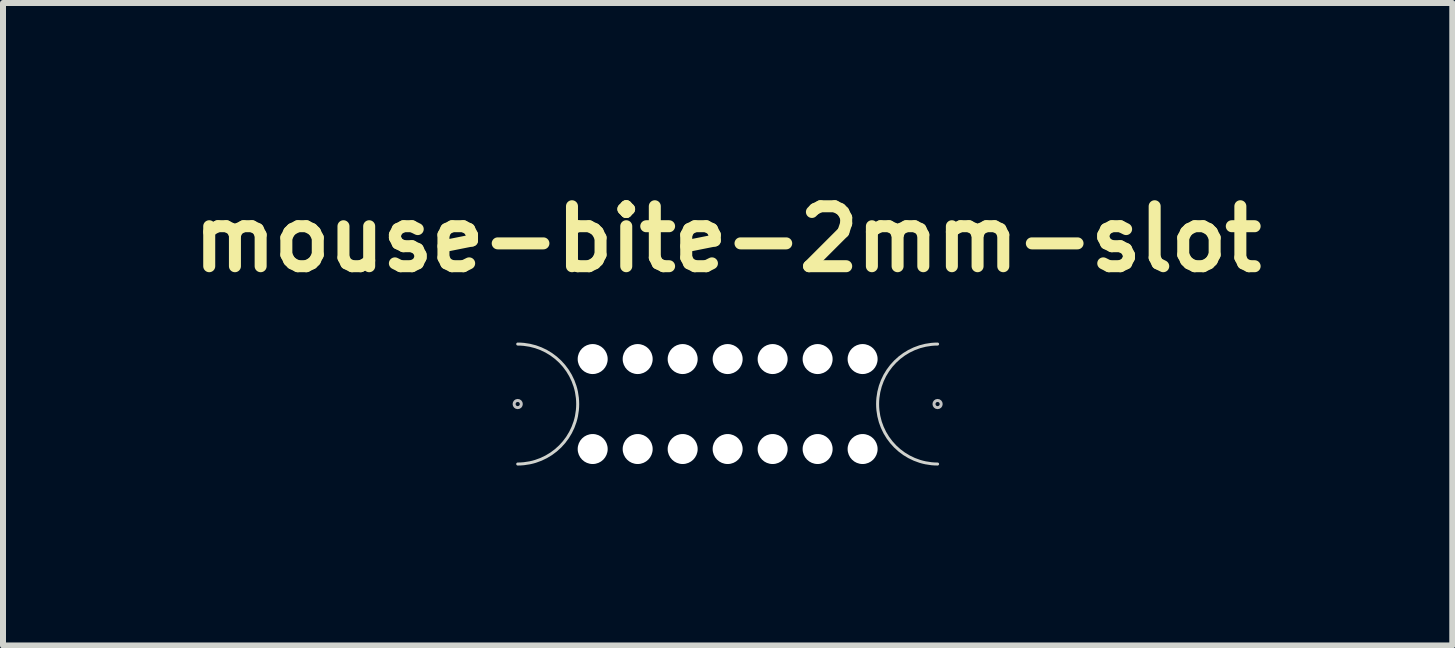
<source format=kicad_pcb>
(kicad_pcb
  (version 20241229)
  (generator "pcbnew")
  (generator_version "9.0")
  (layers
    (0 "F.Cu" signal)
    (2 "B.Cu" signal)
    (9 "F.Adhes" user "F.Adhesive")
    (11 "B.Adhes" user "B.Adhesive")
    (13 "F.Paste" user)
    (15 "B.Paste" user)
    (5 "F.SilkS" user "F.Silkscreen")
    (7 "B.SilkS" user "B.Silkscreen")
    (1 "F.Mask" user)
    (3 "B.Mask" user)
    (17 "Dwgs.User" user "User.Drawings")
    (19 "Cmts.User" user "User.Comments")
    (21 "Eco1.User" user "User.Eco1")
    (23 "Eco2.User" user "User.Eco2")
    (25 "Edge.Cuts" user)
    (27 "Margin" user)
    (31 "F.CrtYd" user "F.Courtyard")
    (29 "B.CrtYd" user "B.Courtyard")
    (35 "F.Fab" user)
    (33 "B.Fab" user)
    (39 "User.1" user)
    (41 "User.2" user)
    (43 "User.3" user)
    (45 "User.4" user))
  (footprint "mouse-bite-2mm-slot"
    (layer "F.Cu")
    (at 9.081 3.686)
    (property "Reference" "mouse-bite-2mm-slot" (at 0 -2.75 0) (layer "F.SilkS") (effects (font (size 1 1) (thickness 0.2))))
    (attr through_hole)
    (fp_circle (center -3.5 0) (end -3.5 -0.06) (stroke (width 0.05) (type solid)) (fill no) (layer "Dwgs.User"))
    (fp_circle (center 3.5 0) (end 3.56 0) (stroke (width 0.05) (type solid)) (fill no) (layer "Dwgs.User"))
    (fp_line (start -3.5 0) (end -3.5 0) (stroke (width 2) (type solid)) (layer "Eco1.User"))
    (fp_line (start 3.5 0) (end 3.5 0) (stroke (width 2) (type solid)) (layer "Eco1.User"))
    (fp_arc (start -3.5 -1) (mid -2.5 0) (end -3.5 1) (stroke (width 0.05) (type default)) (layer "Edge.Cuts"))
    (fp_arc (start 3.5 1) (mid 2.5 0) (end 3.5 -1) (stroke (width 0.05) (type default)) (layer "Edge.Cuts"))
    (pad "" np_thru_hole circle (at -2.25 -0.75) (size 0.5 0.5) (drill 0.5) (layers "*.Cu" "*.Mask"))
    (pad "" np_thru_hole circle (at -2.25 0.75) (size 0.5 0.5) (drill 0.5) (layers "*.Cu" "*.Mask"))
    (pad "" np_thru_hole circle (at -1.5 -0.75) (size 0.5 0.5) (drill 0.5) (layers "*.Cu" "*.Mask"))
    (pad "" np_thru_hole circle (at -1.5 0.75) (size 0.5 0.5) (drill 0.5) (layers "*.Cu" "*.Mask"))
    (pad "" np_thru_hole circle (at -0.75 -0.75) (size 0.5 0.5) (drill 0.5) (layers "*.Cu" "*.Mask"))
    (pad "" np_thru_hole circle (at -0.75 0.75) (size 0.5 0.5) (drill 0.5) (layers "*.Cu" "*.Mask"))
    (pad "" np_thru_hole circle (at 0 -0.75) (size 0.5 0.5) (drill 0.5) (layers "*.Cu" "*.Mask"))
    (pad "" np_thru_hole circle (at 0 0.75) (size 0.5 0.5) (drill 0.5) (layers "*.Cu" "*.Mask"))
    (pad "" np_thru_hole circle (at 0.75 -0.75) (size 0.5 0.5) (drill 0.5) (layers "*.Cu" "*.Mask"))
    (pad "" np_thru_hole circle (at 0.75 0.75) (size 0.5 0.5) (drill 0.5) (layers "*.Cu" "*.Mask"))
    (pad "" np_thru_hole circle (at 1.5 -0.75) (size 0.5 0.5) (drill 0.5) (layers "*.Cu" "*.Mask"))
    (pad "" np_thru_hole circle (at 1.5 0.75) (size 0.5 0.5) (drill 0.5) (layers "*.Cu" "*.Mask"))
    (pad "" np_thru_hole circle (at 2.25 -0.75) (size 0.5 0.5) (drill 0.5) (layers "*.Cu" "*.Mask"))
    (pad "" np_thru_hole circle (at 2.25 0.75) (size 0.5 0.5) (drill 0.5) (layers "*.Cu" "*.Mask")))
  (gr_rect
    (start -3 -3)
    (end 21.162 7.711)
    (stroke (width 0.1) (type default))
    (fill no)
    (layer "Edge.Cuts")))
</source>
